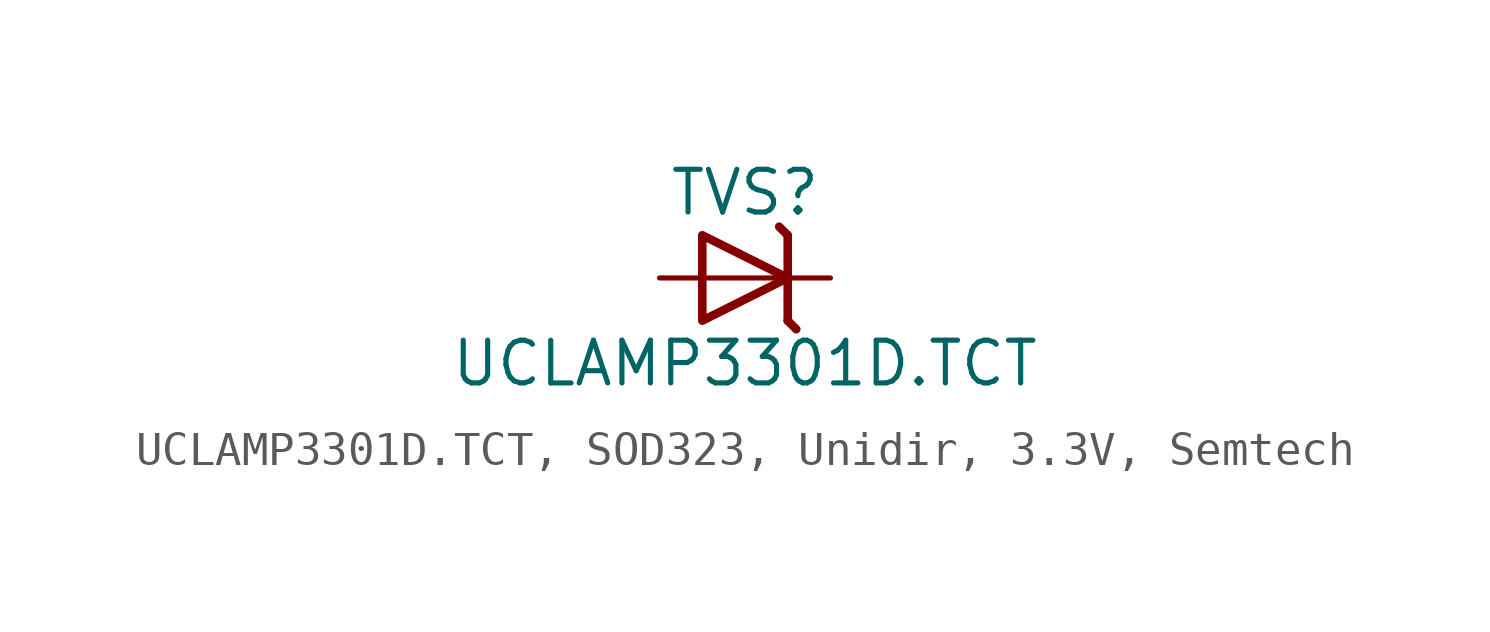
<source format=kicad_sym>
(kicad_symbol_lib
  (version 20241209)
  (generator "kicad_symbol_editor")
  (generator_version "9.0")
  (symbol "UCLAMP3301D.TCT, SOD323, Unidir, 3.3V, Semtech"
    (pin_numbers
      (hide yes))
    (pin_names
      (offset 0)
      (hide yes))
    (property "Reference" "TVS"
      (at 0 2.54 0)
      (effects (font (size 1.27 1.27))))
    (property "Value" "UCLAMP3301D.TCT"
      (at 0 -2.54 0)
      (effects (font (size 1.27 1.27))))
    (symbol "UCLAMP3301D.TCT, SOD323, Unidir, 3.3V, Semtech_0_0"
      (polyline (pts (xy 1.27 0) (xy -1.27 0)) (stroke (width 0.152) (type default)) (fill (type none))))
    (symbol "UCLAMP3301D.TCT, SOD323, Unidir, 3.3V, Semtech_0_1"
      (polyline (pts (xy -1.27 1.27) (xy -1.27 -1.27) (xy 1.27 0) (xy -1.27 1.27)) (stroke (width 0.254) (type default)) (fill (type none)))
      (polyline (pts (xy 1.27 1.27) (xy 1.016 1.524)) (stroke (width 0.254) (type default)) (fill (type none)))
      (polyline (pts (xy 1.27 1.27) (xy 1.27 -1.27)) (stroke (width 0.254) (type default)) (fill (type none)))
      (polyline (pts (xy 1.524 -1.524) (xy 1.27 -1.27)) (stroke (width 0.254) (type default)) (fill (type none))))
    (symbol "UCLAMP3301D.TCT, SOD323, Unidir, 3.3V, Semtech_1_1"
      (pin passive line (at -2.54 0 0) (length 1.27) (name "A" (effects (font (size 1.27 1.27)))) (number "2" (effects (font (size 1.27 1.27)))))
      (pin passive line (at 2.54 0 180) (length 1.27) (name "C" (effects (font (size 1.27 1.27)))) (number "1" (effects (font (size 1.27 1.27))))))))
</source>
